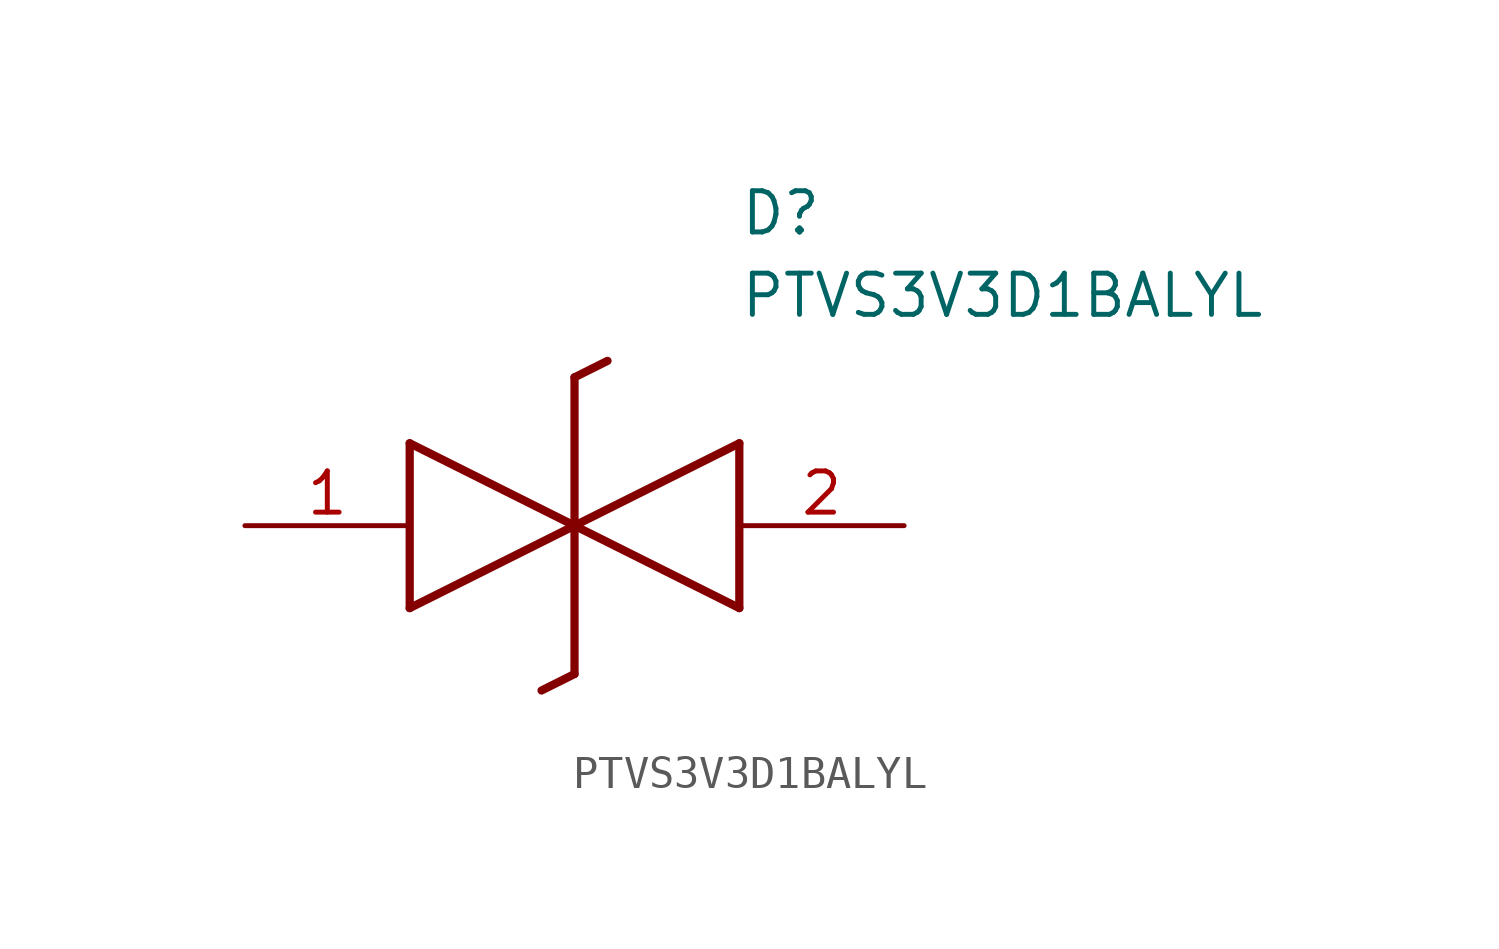
<source format=kicad_sym>
(kicad_symbol_lib
  (version 20211014)
  (generator SamacSys_ECAD_Model)
  (symbol "PTVS3V3D1BALYL"
    (pin_names hide)
    (property "Reference" "D"
      (at 15.24 8.89 0)
      (effects (font (size 1.27 1.27)) (justify left bottom)))
    (property "Value" "PTVS3V3D1BALYL"
      (at 15.24 6.35 0)
      (effects (font (size 1.27 1.27)) (justify left bottom)))
    (polyline
      (pts (xy 10.16 0) (xy 5.08 -2.54))
      (stroke (width 0.254) (type default))
      (fill (type none)))
    (polyline
      (pts (xy 5.08 2.54) (xy 5.08 -2.54))
      (stroke (width 0.254) (type default))
      (fill (type none)))
    (polyline
      (pts (xy 5.08 2.54) (xy 10.16 0))
      (stroke (width 0.254) (type default))
      (fill (type none)))
    (polyline
      (pts (xy 10.16 0) (xy 15.24 -2.54))
      (stroke (width 0.254) (type default))
      (fill (type none)))
    (polyline
      (pts (xy 15.24 2.54) (xy 15.24 -2.54))
      (stroke (width 0.254) (type default))
      (fill (type none)))
    (polyline
      (pts (xy 15.24 2.54) (xy 10.16 0))
      (stroke (width 0.254) (type default))
      (fill (type none)))
    (polyline
      (pts (xy 10.16 -4.572) (xy 10.16 4.572))
      (stroke (width 0.254) (type default))
      (fill (type none)))
    (polyline
      (pts (xy 11.176 5.08) (xy 10.16 4.572))
      (stroke (width 0.254) (type default))
      (fill (type none)))
    (polyline
      (pts (xy 10.16 -4.572) (xy 9.144 -5.08))
      (stroke (width 0.254) (type default))
      (fill (type none)))
    (pin passive line
      (at 0 0 0)
      (length 5.08)
      (name "K1" (effects (font (size 1.27 1.27))))
      (number "1" (effects (font (size 1.27 1.27)))))
    (pin passive line
      (at 20.32 0 180)
      (length 5.08)
      (name "K2" (effects (font (size 1.27 1.27))))
      (number "2" (effects (font (size 1.27 1.27)))))))
</source>
